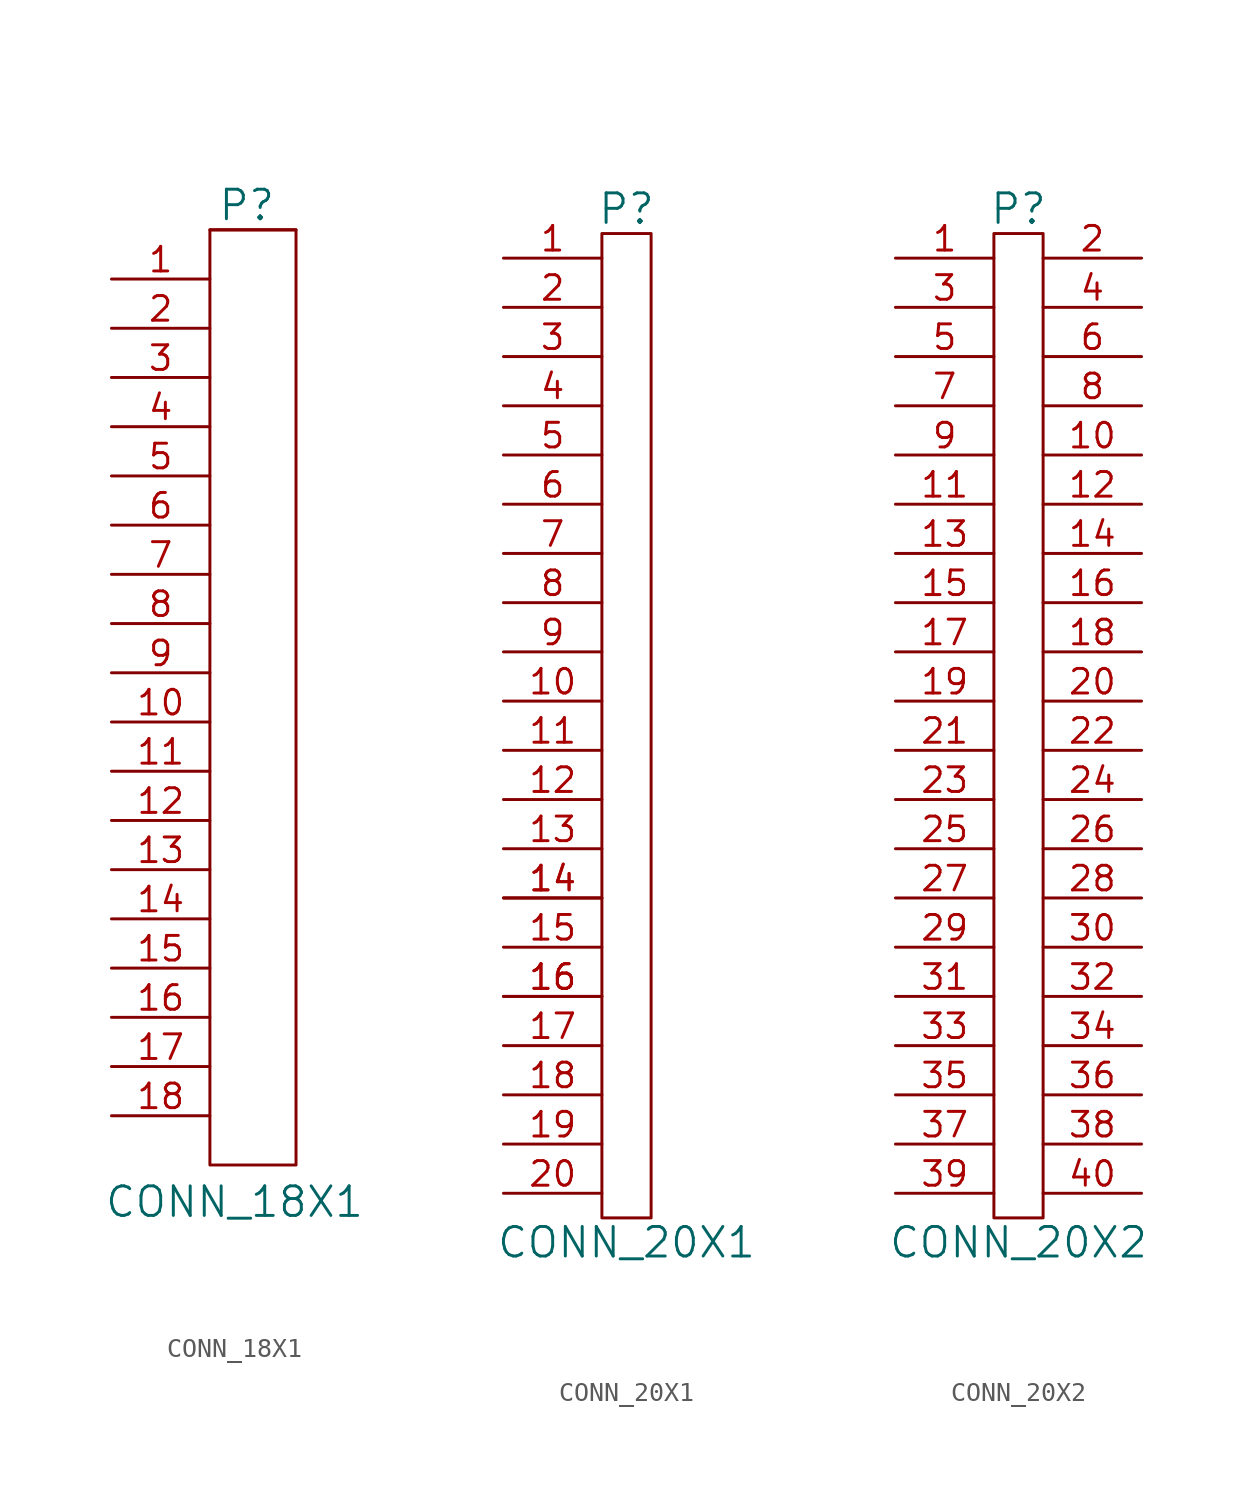
<source format=kicad_sym>
(kicad_symbol_lib
  (version 20201005)
  (generator kicad_symbol_editor)
  (symbol "CONN_18X1"
    (pin_names
      (offset 1.016))
    (property "Reference" "P"
      (at 0.635 22.86 0)
      (effects (font (size 1.524 1.524))))
    (property "Value" "CONN_18X1"
      (at 0 -28.575 0)
      (effects (font (size 1.524 1.524))))
    (symbol "CONN_18X1_0_1"
      (rectangle (start -1.27 21.59) (end 3.175 21.59) (stroke (width 0)) (fill (type none)))
      (rectangle (start 3.175 21.59) (end -1.27 -26.67) (stroke (width 0)) (fill (type none))))
    (symbol "CONN_18X1_1_1"
      (pin unspecified line (at -6.35 19.05 0) (length 5.08) (name "~" (effects (font (size 1.27 1.27)))) (number "1" (effects (font (size 1.27 1.27)))))
      (pin unspecified line (at -6.35 -3.81 0) (length 5.08) (name "~" (effects (font (size 1.27 1.27)))) (number "10" (effects (font (size 1.27 1.27)))))
      (pin unspecified line (at -6.35 -6.35 0) (length 5.08) (name "~" (effects (font (size 1.27 1.27)))) (number "11" (effects (font (size 1.27 1.27)))))
      (pin unspecified line (at -6.35 -8.89 0) (length 5.08) (name "~" (effects (font (size 1.27 1.27)))) (number "12" (effects (font (size 1.27 1.27)))))
      (pin unspecified line (at -6.35 -11.43 0) (length 5.08) (name "~" (effects (font (size 1.27 1.27)))) (number "13" (effects (font (size 1.27 1.27)))))
      (pin unspecified line (at -6.35 -13.97 0) (length 5.08) (name "~" (effects (font (size 1.27 1.27)))) (number "14" (effects (font (size 1.27 1.27)))))
      (pin unspecified line (at -6.35 -16.51 0) (length 5.08) (name "~" (effects (font (size 1.27 1.27)))) (number "15" (effects (font (size 1.27 1.27)))))
      (pin unspecified line (at -6.35 -19.05 0) (length 5.08) (name "~" (effects (font (size 1.27 1.27)))) (number "16" (effects (font (size 1.27 1.27)))))
      (pin input line (at -6.35 -21.59 0) (length 5.08) (name "~" (effects (font (size 1.27 1.27)))) (number "17" (effects (font (size 1.27 1.27)))))
      (pin input line (at -6.35 -24.13 0) (length 5.08) (name "~" (effects (font (size 1.27 1.27)))) (number "18" (effects (font (size 1.27 1.27)))))
      (pin unspecified line (at -6.35 16.51 0) (length 5.08) (name "~" (effects (font (size 1.27 1.27)))) (number "2" (effects (font (size 1.27 1.27)))))
      (pin unspecified line (at -6.35 13.97 0) (length 5.08) (name "~" (effects (font (size 1.27 1.27)))) (number "3" (effects (font (size 1.27 1.27)))))
      (pin unspecified line (at -6.35 11.43 0) (length 5.08) (name "~" (effects (font (size 1.27 1.27)))) (number "4" (effects (font (size 1.27 1.27)))))
      (pin unspecified line (at -6.35 8.89 0) (length 5.08) (name "~" (effects (font (size 1.27 1.27)))) (number "5" (effects (font (size 1.27 1.27)))))
      (pin unspecified line (at -6.35 6.35 0) (length 5.08) (name "~" (effects (font (size 1.27 1.27)))) (number "6" (effects (font (size 1.27 1.27)))))
      (pin unspecified line (at -6.35 3.81 0) (length 5.08) (name "~" (effects (font (size 1.27 1.27)))) (number "7" (effects (font (size 1.27 1.27)))))
      (pin unspecified line (at -6.35 1.27 0) (length 5.08) (name "~" (effects (font (size 1.27 1.27)))) (number "8" (effects (font (size 1.27 1.27)))))
      (pin unspecified line (at -6.35 -1.27 0) (length 5.08) (name "~" (effects (font (size 1.27 1.27)))) (number "9" (effects (font (size 1.27 1.27)))))))
  (symbol "CONN_20X1"
    (pin_names
      (offset 1.016))
    (property "Reference" "P"
      (at 0 25.4 0)
      (effects (font (size 1.524 1.524))))
    (property "Value" "CONN_20X1"
      (at 0 -27.94 0)
      (effects (font (size 1.524 1.524))))
    (symbol "CONN_20X1_0_1"
      (rectangle (start -1.27 -26.67) (end 1.27 24.13) (stroke (width 0)) (fill (type none))))
    (symbol "CONN_20X1_1_1"
      (pin unspecified line (at -6.35 22.86 0) (length 5.08) (name "~" (effects (font (size 1.27 1.27)))) (number "1" (effects (font (size 1.27 1.27)))))
      (pin unspecified line (at -6.35 0 0) (length 5.08) (name "~" (effects (font (size 1.27 1.27)))) (number "10" (effects (font (size 1.27 1.27)))))
      (pin unspecified line (at -6.35 -2.54 0) (length 5.08) (name "~" (effects (font (size 1.27 1.27)))) (number "11" (effects (font (size 1.27 1.27)))))
      (pin unspecified line (at -6.35 -5.08 0) (length 5.08) (name "~" (effects (font (size 1.27 1.27)))) (number "12" (effects (font (size 1.27 1.27)))))
      (pin unspecified line (at -6.35 -7.62 0) (length 5.08) (name "~" (effects (font (size 1.27 1.27)))) (number "13" (effects (font (size 1.27 1.27)))))
      (pin unspecified line (at -6.35 -10.16 0) (length 5.08) (name "~" (effects (font (size 1.27 1.27)))) (number "14" (effects (font (size 1.27 1.27)))))
      (pin unspecified line (at -6.35 -10.16 0) (length 5.08) (name "~" (effects (font (size 1.27 1.27)))) (number "14" (effects (font (size 1.27 1.27)))))
      (pin unspecified line (at -6.35 -12.7 0) (length 5.08) (name "~" (effects (font (size 1.27 1.27)))) (number "15" (effects (font (size 1.27 1.27)))))
      (pin unspecified line (at -6.35 -15.24 0) (length 5.08) (name "~" (effects (font (size 1.27 1.27)))) (number "16" (effects (font (size 1.27 1.27)))))
      (pin unspecified line (at -6.35 -15.24 0) (length 5.08) (name "~" (effects (font (size 1.27 1.27)))) (number "16" (effects (font (size 1.27 1.27)))))
      (pin unspecified line (at -6.35 -17.78 0) (length 5.08) (name "~" (effects (font (size 1.27 1.27)))) (number "17" (effects (font (size 1.27 1.27)))))
      (pin unspecified line (at -6.35 -20.32 0) (length 5.08) (name "~" (effects (font (size 1.27 1.27)))) (number "18" (effects (font (size 1.27 1.27)))))
      (pin unspecified line (at -6.35 -22.86 0) (length 5.08) (name "~" (effects (font (size 1.27 1.27)))) (number "19" (effects (font (size 1.27 1.27)))))
      (pin unspecified line (at -6.35 20.32 0) (length 5.08) (name "~" (effects (font (size 1.27 1.27)))) (number "2" (effects (font (size 1.27 1.27)))))
      (pin unspecified line (at -6.35 -25.4 0) (length 5.08) (name "~" (effects (font (size 1.27 1.27)))) (number "20" (effects (font (size 1.27 1.27)))))
      (pin unspecified line (at -6.35 17.78 0) (length 5.08) (name "~" (effects (font (size 1.27 1.27)))) (number "3" (effects (font (size 1.27 1.27)))))
      (pin unspecified line (at -6.35 15.24 0) (length 5.08) (name "~" (effects (font (size 1.27 1.27)))) (number "4" (effects (font (size 1.27 1.27)))))
      (pin unspecified line (at -6.35 12.7 0) (length 5.08) (name "~" (effects (font (size 1.27 1.27)))) (number "5" (effects (font (size 1.27 1.27)))))
      (pin unspecified line (at -6.35 10.16 0) (length 5.08) (name "~" (effects (font (size 1.27 1.27)))) (number "6" (effects (font (size 1.27 1.27)))))
      (pin unspecified line (at -6.35 7.62 0) (length 5.08) (name "~" (effects (font (size 1.27 1.27)))) (number "7" (effects (font (size 1.27 1.27)))))
      (pin unspecified line (at -6.35 5.08 0) (length 5.08) (name "~" (effects (font (size 1.27 1.27)))) (number "8" (effects (font (size 1.27 1.27)))))
      (pin unspecified line (at -6.35 2.54 0) (length 5.08) (name "~" (effects (font (size 1.27 1.27)))) (number "9" (effects (font (size 1.27 1.27)))))))
  (symbol "CONN_20X2"
    (pin_names
      (offset 1.016))
    (property "Reference" "P"
      (at 0 29.21 0)
      (effects (font (size 1.524 1.524))))
    (property "Value" "CONN_20X2"
      (at 0 -24.13 0)
      (effects (font (size 1.524 1.524))))
    (symbol "CONN_20X2_0_1"
      (rectangle (start -1.27 27.94) (end 1.27 -22.86) (stroke (width 0)) (fill (type none))))
    (symbol "CONN_20X2_1_1"
      (pin unspecified line (at -6.35 26.67 0) (length 5.08) (name "~" (effects (font (size 1.27 1.27)))) (number "1" (effects (font (size 1.27 1.27)))))
      (pin unspecified line (at 6.35 16.51 180) (length 5.08) (name "~" (effects (font (size 1.27 1.27)))) (number "10" (effects (font (size 1.27 1.27)))))
      (pin unspecified line (at -6.35 13.97 0) (length 5.08) (name "~" (effects (font (size 1.27 1.27)))) (number "11" (effects (font (size 1.27 1.27)))))
      (pin unspecified line (at 6.35 13.97 180) (length 5.08) (name "~" (effects (font (size 1.27 1.27)))) (number "12" (effects (font (size 1.27 1.27)))))
      (pin unspecified line (at -6.35 11.43 0) (length 5.08) (name "~" (effects (font (size 1.27 1.27)))) (number "13" (effects (font (size 1.27 1.27)))))
      (pin unspecified line (at 6.35 11.43 180) (length 5.08) (name "~" (effects (font (size 1.27 1.27)))) (number "14" (effects (font (size 1.27 1.27)))))
      (pin unspecified line (at -6.35 8.89 0) (length 5.08) (name "~" (effects (font (size 1.27 1.27)))) (number "15" (effects (font (size 1.27 1.27)))))
      (pin unspecified line (at 6.35 8.89 180) (length 5.08) (name "~" (effects (font (size 1.27 1.27)))) (number "16" (effects (font (size 1.27 1.27)))))
      (pin unspecified line (at -6.35 6.35 0) (length 5.08) (name "~" (effects (font (size 1.27 1.27)))) (number "17" (effects (font (size 1.27 1.27)))))
      (pin unspecified line (at 6.35 6.35 180) (length 5.08) (name "~" (effects (font (size 1.27 1.27)))) (number "18" (effects (font (size 1.27 1.27)))))
      (pin unspecified line (at -6.35 3.81 0) (length 5.08) (name "~" (effects (font (size 1.27 1.27)))) (number "19" (effects (font (size 1.27 1.27)))))
      (pin unspecified line (at 6.35 26.67 180) (length 5.08) (name "~" (effects (font (size 1.27 1.27)))) (number "2" (effects (font (size 1.27 1.27)))))
      (pin unspecified line (at 6.35 3.81 180) (length 5.08) (name "~" (effects (font (size 1.27 1.27)))) (number "20" (effects (font (size 1.27 1.27)))))
      (pin unspecified line (at -6.35 1.27 0) (length 5.08) (name "~" (effects (font (size 1.27 1.27)))) (number "21" (effects (font (size 1.27 1.27)))))
      (pin unspecified line (at 6.35 1.27 180) (length 5.08) (name "~" (effects (font (size 1.27 1.27)))) (number "22" (effects (font (size 1.27 1.27)))))
      (pin unspecified line (at -6.35 -1.27 0) (length 5.08) (name "~" (effects (font (size 1.27 1.27)))) (number "23" (effects (font (size 1.27 1.27)))))
      (pin unspecified line (at 6.35 -1.27 180) (length 5.08) (name "~" (effects (font (size 1.27 1.27)))) (number "24" (effects (font (size 1.27 1.27)))))
      (pin unspecified line (at -6.35 -3.81 0) (length 5.08) (name "~" (effects (font (size 1.27 1.27)))) (number "25" (effects (font (size 1.27 1.27)))))
      (pin unspecified line (at 6.35 -3.81 180) (length 5.08) (name "~" (effects (font (size 1.27 1.27)))) (number "26" (effects (font (size 1.27 1.27)))))
      (pin unspecified line (at -6.35 -6.35 0) (length 5.08) (name "~" (effects (font (size 1.27 1.27)))) (number "27" (effects (font (size 1.27 1.27)))))
      (pin unspecified line (at 6.35 -6.35 180) (length 5.08) (name "~" (effects (font (size 1.27 1.27)))) (number "28" (effects (font (size 1.27 1.27)))))
      (pin unspecified line (at -6.35 -8.89 0) (length 5.08) (name "~" (effects (font (size 1.27 1.27)))) (number "29" (effects (font (size 1.27 1.27)))))
      (pin unspecified line (at -6.35 24.13 0) (length 5.08) (name "~" (effects (font (size 1.27 1.27)))) (number "3" (effects (font (size 1.27 1.27)))))
      (pin unspecified line (at 6.35 -8.89 180) (length 5.08) (name "~" (effects (font (size 1.27 1.27)))) (number "30" (effects (font (size 1.27 1.27)))))
      (pin unspecified line (at -6.35 -11.43 0) (length 5.08) (name "~" (effects (font (size 1.27 1.27)))) (number "31" (effects (font (size 1.27 1.27)))))
      (pin unspecified line (at 6.35 -11.43 180) (length 5.08) (name "~" (effects (font (size 1.27 1.27)))) (number "32" (effects (font (size 1.27 1.27)))))
      (pin unspecified line (at -6.35 -13.97 0) (length 5.08) (name "~" (effects (font (size 1.27 1.27)))) (number "33" (effects (font (size 1.27 1.27)))))
      (pin unspecified line (at 6.35 -13.97 180) (length 5.08) (name "~" (effects (font (size 1.27 1.27)))) (number "34" (effects (font (size 1.27 1.27)))))
      (pin unspecified line (at -6.35 -16.51 0) (length 5.08) (name "~" (effects (font (size 1.27 1.27)))) (number "35" (effects (font (size 1.27 1.27)))))
      (pin unspecified line (at 6.35 -16.51 180) (length 5.08) (name "~" (effects (font (size 1.27 1.27)))) (number "36" (effects (font (size 1.27 1.27)))))
      (pin unspecified line (at -6.35 -19.05 0) (length 5.08) (name "~" (effects (font (size 1.27 1.27)))) (number "37" (effects (font (size 1.27 1.27)))))
      (pin unspecified line (at 6.35 -19.05 180) (length 5.08) (name "~" (effects (font (size 1.27 1.27)))) (number "38" (effects (font (size 1.27 1.27)))))
      (pin unspecified line (at -6.35 -21.59 0) (length 5.08) (name "~" (effects (font (size 1.27 1.27)))) (number "39" (effects (font (size 1.27 1.27)))))
      (pin unspecified line (at 6.35 24.13 180) (length 5.08) (name "~" (effects (font (size 1.27 1.27)))) (number "4" (effects (font (size 1.27 1.27)))))
      (pin unspecified line (at 6.35 -21.59 180) (length 5.08) (name "~" (effects (font (size 1.27 1.27)))) (number "40" (effects (font (size 1.27 1.27)))))
      (pin unspecified line (at -6.35 21.59 0) (length 5.08) (name "~" (effects (font (size 1.27 1.27)))) (number "5" (effects (font (size 1.27 1.27)))))
      (pin unspecified line (at 6.35 21.59 180) (length 5.08) (name "~" (effects (font (size 1.27 1.27)))) (number "6" (effects (font (size 1.27 1.27)))))
      (pin unspecified line (at -6.35 19.05 0) (length 5.08) (name "~" (effects (font (size 1.27 1.27)))) (number "7" (effects (font (size 1.27 1.27)))))
      (pin unspecified line (at 6.35 19.05 180) (length 5.08) (name "~" (effects (font (size 1.27 1.27)))) (number "8" (effects (font (size 1.27 1.27)))))
      (pin unspecified line (at -6.35 16.51 0) (length 5.08) (name "~" (effects (font (size 1.27 1.27)))) (number "9" (effects (font (size 1.27 1.27))))))))
</source>
